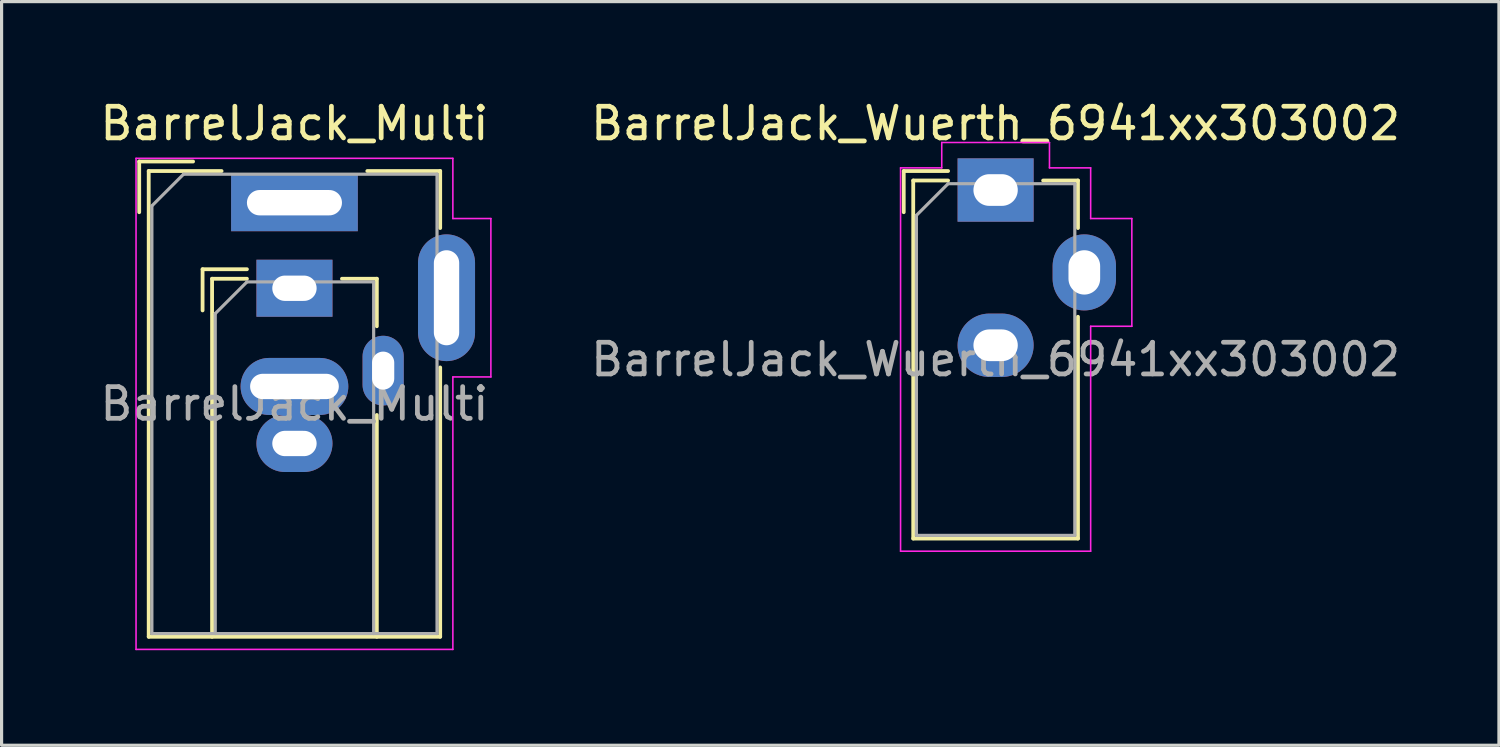
<source format=kicad_pcb>
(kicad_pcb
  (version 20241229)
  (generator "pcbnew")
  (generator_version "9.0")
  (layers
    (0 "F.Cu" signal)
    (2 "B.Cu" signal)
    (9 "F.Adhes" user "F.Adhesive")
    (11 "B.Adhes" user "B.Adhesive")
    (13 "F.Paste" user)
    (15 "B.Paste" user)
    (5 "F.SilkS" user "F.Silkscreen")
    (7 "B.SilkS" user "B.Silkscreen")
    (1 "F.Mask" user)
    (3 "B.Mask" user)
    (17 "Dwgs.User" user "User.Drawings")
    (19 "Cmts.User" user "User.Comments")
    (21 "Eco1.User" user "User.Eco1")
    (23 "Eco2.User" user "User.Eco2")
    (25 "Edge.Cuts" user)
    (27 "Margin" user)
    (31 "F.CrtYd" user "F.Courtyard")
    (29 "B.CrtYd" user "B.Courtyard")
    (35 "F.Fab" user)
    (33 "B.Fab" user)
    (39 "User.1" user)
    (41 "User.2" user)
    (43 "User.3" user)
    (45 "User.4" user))
  (footprint "BarrelJack_Multi"
    (layer "F.Cu")
    (at 6.244 3.348)
    (property "Reference" "BarrelJack_Multi" (at 0 -2.5 0) (layer "F.SilkS") (effects (font (size 1 1) (thickness 0.15))))
    (attr through_hole)
    (fp_line (start -4.9 -1.3) (end -4.9 0.3) (stroke (width 0.12) (type solid)) (layer "F.SilkS"))
    (fp_line (start -4.6 -1) (end -2.3 -1) (stroke (width 0.12) (type solid)) (layer "F.SilkS"))
    (fp_line (start -4.6 13.7) (end -4.6 -1) (stroke (width 0.12) (type solid)) (layer "F.SilkS"))
    (fp_line (start -3.2 -1.3) (end -4.9 -1.3) (stroke (width 0.12) (type solid)) (layer "F.SilkS"))
    (fp_line (start -2.9 2.1) (end -2.9 3.4) (stroke (width 0.12) (type solid)) (layer "F.SilkS"))
    (fp_line (start -2.6 2.4) (end -1.5 2.4) (stroke (width 0.12) (type solid)) (layer "F.SilkS"))
    (fp_line (start -2.6 13.7) (end -2.6 2.4) (stroke (width 0.12) (type solid)) (layer "F.SilkS"))
    (fp_line (start -1.5 2.1) (end -2.9 2.1) (stroke (width 0.12) (type solid)) (layer "F.SilkS"))
    (fp_line (start 1.5 2.4) (end 2.6 2.4) (stroke (width 0.12) (type solid)) (layer "F.SilkS"))
    (fp_line (start 2.3 -1) (end 4.6 -1) (stroke (width 0.12) (type solid)) (layer "F.SilkS"))
    (fp_line (start 2.6 2.4) (end 2.6 3.9) (stroke (width 0.12) (type solid)) (layer "F.SilkS"))
    (fp_line (start 2.6 6.7) (end 2.6 13.7) (stroke (width 0.12) (type solid)) (layer "F.SilkS"))
    (fp_line (start 4.6 -1) (end 4.6 0.8) (stroke (width 0.12) (type solid)) (layer "F.SilkS"))
    (fp_line (start 4.6 5.2) (end 4.6 13.7) (stroke (width 0.12) (type solid)) (layer "F.SilkS"))
    (fp_line (start 4.6 13.7) (end -4.6 13.7) (stroke (width 0.12) (type solid)) (layer "F.SilkS"))
    (fp_line (start -5 -1.4) (end -5 14.1) (stroke (width 0.05) (type solid)) (layer "F.CrtYd"))
    (fp_line (start -5 14.1) (end 5 14.1) (stroke (width 0.05) (type solid)) (layer "F.CrtYd"))
    (fp_line (start 5 -1.4) (end -5 -1.4) (stroke (width 0.05) (type solid)) (layer "F.CrtYd"))
    (fp_line (start 5 0.5) (end 5 -1.4) (stroke (width 0.05) (type solid)) (layer "F.CrtYd"))
    (fp_line (start 5 14.1) (end 5 5.5) (stroke (width 0.05) (type solid)) (layer "F.CrtYd"))
    (fp_line (start 6.2 0.5) (end 5 0.5) (stroke (width 0.05) (type solid)) (layer "F.CrtYd"))
    (fp_line (start 6.2 0.5) (end 6.2 5.5) (stroke (width 0.05) (type solid)) (layer "F.CrtYd"))
    (fp_line (start 6.2 5.5) (end 5 5.5) (stroke (width 0.05) (type solid)) (layer "F.CrtYd"))
    (fp_line (start -4.5 0.1) (end -3.5 -0.9) (stroke (width 0.1) (type solid)) (layer "F.Fab"))
    (fp_line (start -4.5 13.6) (end -4.5 0.1) (stroke (width 0.1) (type solid)) (layer "F.Fab"))
    (fp_line (start -2.5 3.5) (end -1.5 2.5) (stroke (width 0.1) (type solid)) (layer "F.Fab"))
    (fp_line (start -2.5 13.6) (end -2.5 3.5) (stroke (width 0.1) (type solid)) (layer "F.Fab"))
    (fp_line (start 2.5 2.5) (end -1.5 2.5) (stroke (width 0.1) (type solid)) (layer "F.Fab"))
    (fp_line (start 2.5 2.5) (end 2.5 13.6) (stroke (width 0.1) (type solid)) (layer "F.Fab"))
    (fp_line (start 4.5 -0.9) (end -3.5 -0.9) (stroke (width 0.1) (type solid)) (layer "F.Fab"))
    (fp_line (start 4.5 -0.9) (end 4.5 13.6) (stroke (width 0.1) (type solid)) (layer "F.Fab"))
    (fp_line (start 4.5 13.6) (end -4.5 13.6) (stroke (width 0.1) (type solid)) (layer "F.Fab"))
    (fp_text user "${REFERENCE}" (at 0 6.35 0) (layer "F.Fab") (effects (font (size 1 1) (thickness 0.15))))
    (pad "1" thru_hole rect (at 0 0) (size 4 1.8) (drill oval 3 0.8) (layers "*.Cu" "*.Mask"))
    (pad "1" thru_hole rect (at 0 2.7) (size 2.4 1.8) (drill oval 1.4 0.8) (layers "*.Cu" "*.Mask"))
    (pad "2" thru_hole oval (at 0 5.8) (size 3.4 1.8) (drill oval 2.8 0.8) (layers "*.Cu" "*.Mask"))
    (pad "2" thru_hole oval (at 0 7.6) (size 2.4 1.8) (drill oval 1.4 0.8) (layers "*.Cu" "*.Mask"))
    (pad "3" thru_hole oval (at 2.8 5.3 90) (size 2.2 1.3) (drill oval 1.2 0.7) (layers "*.Cu" "*.Mask"))
    (pad "3" thru_hole oval (at 4.8 3 90) (size 4 1.8) (drill oval 3 0.8) (layers "*.Cu" "*.Mask")))
  (footprint "BarrelJack_Wuerth_6941xx303002"
    (layer "F.Cu")
    (at 28.375 2.948)
    (property "Reference" "BarrelJack_Wuerth_6941xx303002" (at 0 -2.1 0) (layer "F.SilkS") (effects (font (size 1 1) (thickness 0.15))))
    (attr through_hole)
    (fp_line (start -2.9 -0.6) (end -2.9 0.7) (stroke (width 0.12) (type solid)) (layer "F.SilkS"))
    (fp_line (start -2.6 -0.3) (end -1.5 -0.3) (stroke (width 0.12) (type solid)) (layer "F.SilkS"))
    (fp_line (start -2.6 11) (end -2.6 -0.3) (stroke (width 0.12) (type solid)) (layer "F.SilkS"))
    (fp_line (start -1.5 -0.6) (end -2.9 -0.6) (stroke (width 0.12) (type solid)) (layer "F.SilkS"))
    (fp_line (start 1.5 -0.3) (end 2.6 -0.3) (stroke (width 0.12) (type solid)) (layer "F.SilkS"))
    (fp_line (start 2.6 -0.3) (end 2.6 1.2) (stroke (width 0.12) (type solid)) (layer "F.SilkS"))
    (fp_line (start 2.6 4) (end 2.6 11) (stroke (width 0.12) (type solid)) (layer "F.SilkS"))
    (fp_line (start 2.6 11) (end -2.6 11) (stroke (width 0.12) (type solid)) (layer "F.SilkS"))
    (fp_line (start -3 -0.7) (end -3 11.4) (stroke (width 0.05) (type solid)) (layer "F.CrtYd"))
    (fp_line (start -3 11.4) (end 3 11.4) (stroke (width 0.05) (type solid)) (layer "F.CrtYd"))
    (fp_line (start -1.7 -0.7) (end -3 -0.7) (stroke (width 0.05) (type solid)) (layer "F.CrtYd"))
    (fp_line (start -1.7 -0.7) (end -1.7 -1.5) (stroke (width 0.05) (type solid)) (layer "F.CrtYd"))
    (fp_line (start 1.7 -1.5) (end -1.7 -1.5) (stroke (width 0.05) (type solid)) (layer "F.CrtYd"))
    (fp_line (start 1.7 -0.7) (end 1.7 -1.5) (stroke (width 0.05) (type solid)) (layer "F.CrtYd"))
    (fp_line (start 3 -0.7) (end 1.7 -0.7) (stroke (width 0.05) (type solid)) (layer "F.CrtYd"))
    (fp_line (start 3 0.9) (end 3 -0.7) (stroke (width 0.05) (type solid)) (layer "F.CrtYd"))
    (fp_line (start 3 11.4) (end 3 4.3) (stroke (width 0.05) (type solid)) (layer "F.CrtYd"))
    (fp_line (start 4.3 0.9) (end 3 0.9) (stroke (width 0.05) (type solid)) (layer "F.CrtYd"))
    (fp_line (start 4.3 0.9) (end 4.3 4.3) (stroke (width 0.05) (type solid)) (layer "F.CrtYd"))
    (fp_line (start 4.3 4.3) (end 3 4.3) (stroke (width 0.05) (type solid)) (layer "F.CrtYd"))
    (fp_line (start -2.5 0.8) (end -1.5 -0.2) (stroke (width 0.1) (type solid)) (layer "F.Fab"))
    (fp_line (start -2.5 10.9) (end -2.5 0.8) (stroke (width 0.1) (type solid)) (layer "F.Fab"))
    (fp_line (start 2.5 -0.2) (end -1.5 -0.2) (stroke (width 0.1) (type solid)) (layer "F.Fab"))
    (fp_line (start 2.5 -0.2) (end 2.5 10.9) (stroke (width 0.1) (type solid)) (layer "F.Fab"))
    (fp_line (start 2.5 10.9) (end -2.5 10.9) (stroke (width 0.1) (type solid)) (layer "F.Fab"))
    (fp_text user "${REFERENCE}" (at 0 5.35 0) (layer "F.Fab") (effects (font (size 1 1) (thickness 0.15))))
    (pad "1" thru_hole rect (at 0 0) (size 2.4 2) (drill oval 1.4 1) (layers "*.Cu" "*.Mask"))
    (pad "2" thru_hole oval (at 0 4.9) (size 2.4 2) (drill oval 1.4 1) (layers "*.Cu" "*.Mask"))
    (pad "3" thru_hole oval (at 2.8 2.6 90) (size 2.4 2) (drill oval 1.4 1) (layers "*.Cu" "*.Mask")))
  (gr_rect
    (start -3 -3)
    (end 44.262 20.473)
    (stroke (width 0.1) (type default))
    (fill no)
    (layer "Edge.Cuts")))
</source>
